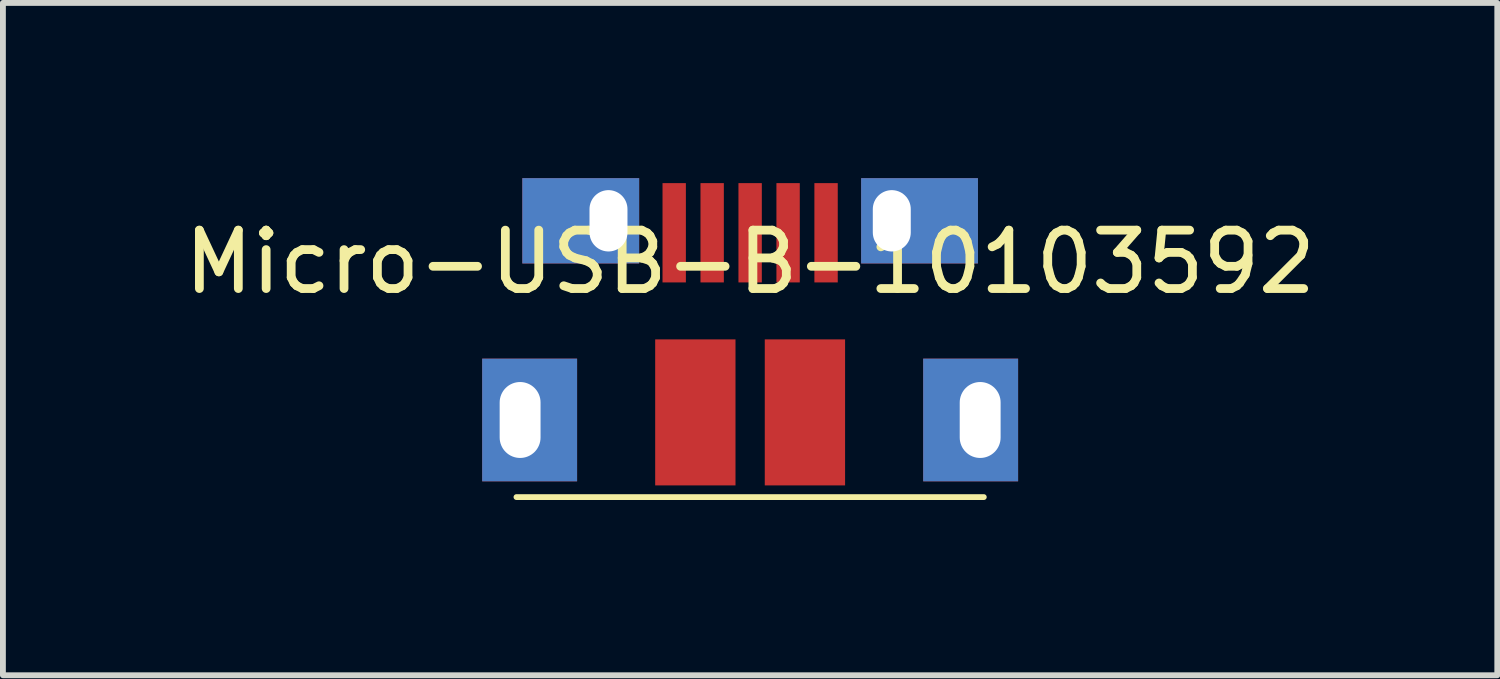
<source format=kicad_pcb>
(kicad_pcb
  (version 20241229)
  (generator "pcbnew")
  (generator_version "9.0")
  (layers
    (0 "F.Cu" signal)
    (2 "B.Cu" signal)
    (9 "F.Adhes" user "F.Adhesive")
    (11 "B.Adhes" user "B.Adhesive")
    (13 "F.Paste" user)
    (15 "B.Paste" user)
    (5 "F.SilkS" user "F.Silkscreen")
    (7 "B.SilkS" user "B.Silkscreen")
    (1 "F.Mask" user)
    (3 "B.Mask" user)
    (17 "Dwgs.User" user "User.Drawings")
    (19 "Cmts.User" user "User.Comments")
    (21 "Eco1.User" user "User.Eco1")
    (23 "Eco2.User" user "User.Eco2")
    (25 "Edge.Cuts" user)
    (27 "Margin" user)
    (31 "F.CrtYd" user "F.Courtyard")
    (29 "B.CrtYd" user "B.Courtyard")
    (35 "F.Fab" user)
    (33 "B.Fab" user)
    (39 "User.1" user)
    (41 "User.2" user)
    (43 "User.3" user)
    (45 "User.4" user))
  (footprint "Micro-USB-B-10103592"
    (layer "F.Cu")
    (at 9.792 0.935)
    (property "Reference" "Micro-USB-B-10103592" (at 0 0.5 0) (layer "F.SilkS") (effects (font (size 1 1) (thickness 0.15))))
    (attr through_hole)
    (fp_line (start -4 4.525) (end 4 4.525) (stroke (width 0.1) (type solid)) (layer "F.SilkS"))
    (pad "" smd rect (at -0.938 3.075) (size 1.375 2.5) (layers "F.Cu" "F.Mask" "F.Paste"))
    (pad "" smd rect (at 0.938 3.075) (size 1.375 2.5) (layers "F.Cu" "F.Mask" "F.Paste"))
    (pad "1" smd rect (at 1.3 0) (size 0.4 1.7) (layers "F.Cu" "F.Mask" "F.Paste"))
    (pad "2" smd rect (at 0.65 0) (size 0.4 1.7) (layers "F.Cu" "F.Mask" "F.Paste"))
    (pad "3" smd rect (at 0 0) (size 0.4 1.7) (layers "F.Cu" "F.Mask" "F.Paste"))
    (pad "4" smd rect (at -0.65 0) (size 0.4 1.7) (layers "F.Cu" "F.Mask" "F.Paste"))
    (pad "5" smd rect (at -1.3 0) (size 0.4 1.7) (layers "F.Cu" "F.Mask" "F.Paste"))
    (pad "G" thru_hole rect (at -3.938 3.205) (size 1.625 2.1) (drill oval 0.7 1.3 (offset 0.163 0)) (layers "*.Cu" "*.Mask"))
    (pad "G" thru_hole rect (at -2.425 -0.205) (size 2 1.46) (drill oval 0.65 1.05 (offset -0.475 0)) (layers "*.Cu" "*.Mask"))
    (pad "G" thru_hole rect (at 2.425 -0.205) (size 2 1.46) (drill oval 0.65 1.05 (offset 0.475 0)) (layers "*.Cu" "*.Mask"))
    (pad "G" thru_hole rect (at 3.938 3.205) (size 1.625 2.1) (drill oval 0.7 1.3 (offset -0.163 0)) (layers "*.Cu" "*.Mask")))
  (gr_rect
    (start -3 -3)
    (end 22.583 8.51)
    (stroke (width 0.1) (type default))
    (fill no)
    (layer "Edge.Cuts")))
</source>
